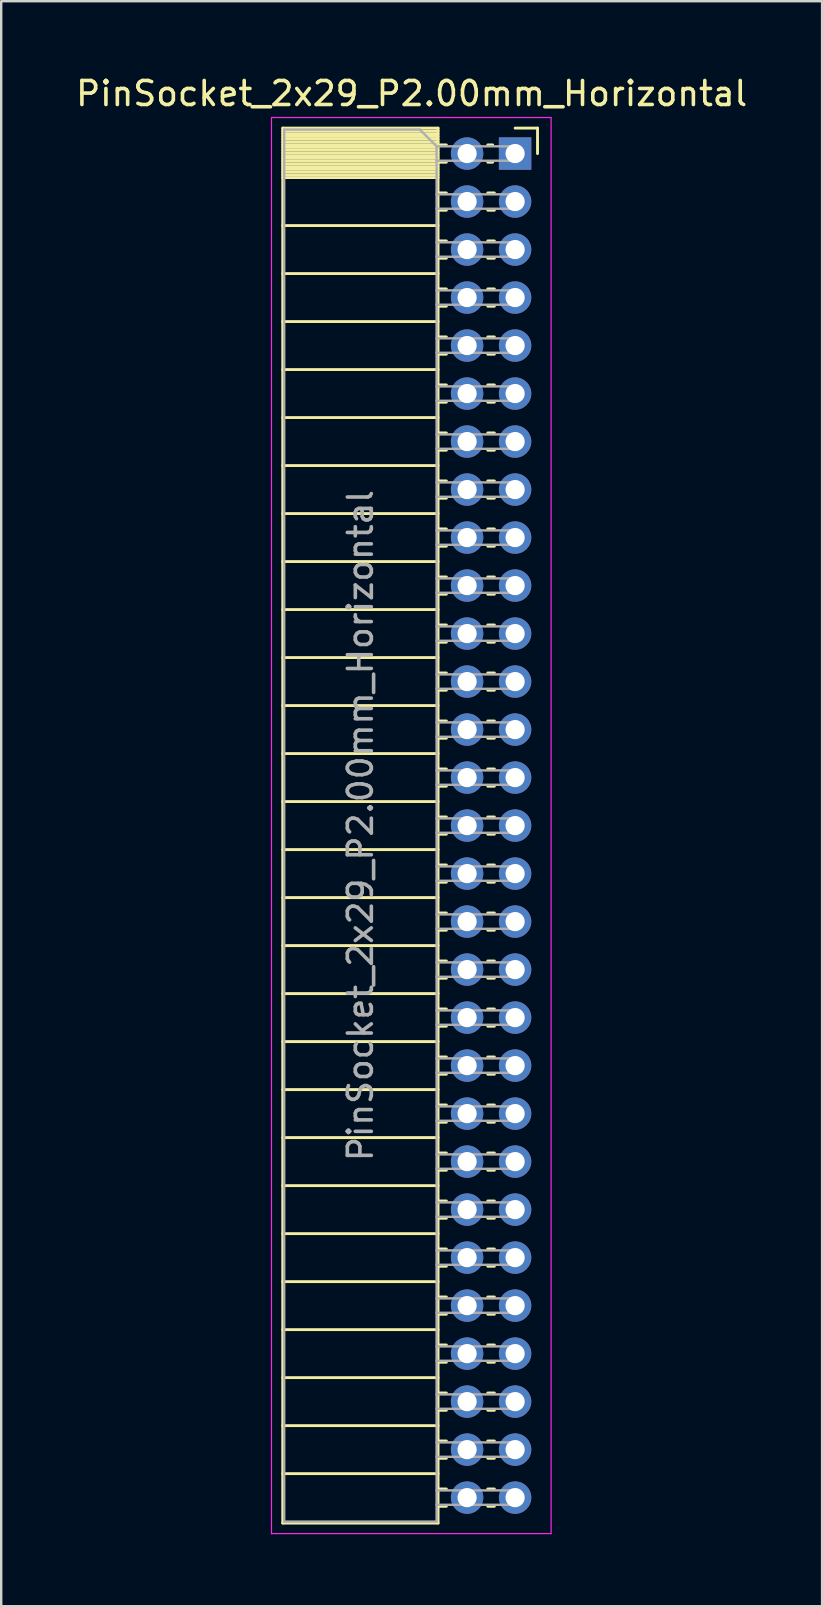
<source format=kicad_pcb>
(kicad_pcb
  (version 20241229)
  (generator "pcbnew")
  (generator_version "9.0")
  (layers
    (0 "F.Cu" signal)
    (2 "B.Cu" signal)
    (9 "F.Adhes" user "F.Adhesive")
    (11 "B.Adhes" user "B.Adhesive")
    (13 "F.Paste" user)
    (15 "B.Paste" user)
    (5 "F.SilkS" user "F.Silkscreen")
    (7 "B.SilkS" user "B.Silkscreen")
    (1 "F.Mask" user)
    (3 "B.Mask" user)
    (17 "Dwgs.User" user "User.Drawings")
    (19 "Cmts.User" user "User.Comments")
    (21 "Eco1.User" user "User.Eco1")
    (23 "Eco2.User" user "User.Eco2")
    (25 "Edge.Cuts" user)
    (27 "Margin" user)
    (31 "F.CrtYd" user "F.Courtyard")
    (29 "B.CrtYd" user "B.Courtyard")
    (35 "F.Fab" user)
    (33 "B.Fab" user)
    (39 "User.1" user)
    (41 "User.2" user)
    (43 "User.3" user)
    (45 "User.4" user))
  (footprint "PinSocket_2x29_P2.00mm_Horizontal"
    (layer "F.Cu")
    (at 18.411 3.348)
    (property "Reference" "PinSocket_2x29_P2.00mm_Horizontal" (at -4.31 -2.5 0) (layer "F.SilkS") (effects (font (size 1 1) (thickness 0.15))))
    (attr through_hole)
    (fp_line (start -9.68 -1.06) (end -9.68 57.06) (stroke (width 0.12) (type solid)) (layer "F.SilkS"))
    (fp_line (start -9.68 -1.06) (end -3.21 -1.06) (stroke (width 0.12) (type solid)) (layer "F.SilkS"))
    (fp_line (start -9.68 -0.94) (end -3.21 -0.94) (stroke (width 0.12) (type solid)) (layer "F.SilkS"))
    (fp_line (start -9.68 -0.826) (end -3.21 -0.826) (stroke (width 0.12) (type solid)) (layer "F.SilkS"))
    (fp_line (start -9.68 -0.712) (end -3.21 -0.712) (stroke (width 0.12) (type solid)) (layer "F.SilkS"))
    (fp_line (start -9.68 -0.598) (end -3.21 -0.598) (stroke (width 0.12) (type solid)) (layer "F.SilkS"))
    (fp_line (start -9.68 -0.484) (end -3.21 -0.484) (stroke (width 0.12) (type solid)) (layer "F.SilkS"))
    (fp_line (start -9.68 -0.369) (end -3.21 -0.369) (stroke (width 0.12) (type solid)) (layer "F.SilkS"))
    (fp_line (start -9.68 -0.255) (end -3.21 -0.255) (stroke (width 0.12) (type solid)) (layer "F.SilkS"))
    (fp_line (start -9.68 -0.141) (end -3.21 -0.141) (stroke (width 0.12) (type solid)) (layer "F.SilkS"))
    (fp_line (start -9.68 -0.027) (end -3.21 -0.027) (stroke (width 0.12) (type solid)) (layer "F.SilkS"))
    (fp_line (start -9.68 0.087) (end -3.21 0.087) (stroke (width 0.12) (type solid)) (layer "F.SilkS"))
    (fp_line (start -9.68 0.201) (end -3.21 0.201) (stroke (width 0.12) (type solid)) (layer "F.SilkS"))
    (fp_line (start -9.68 0.315) (end -3.21 0.315) (stroke (width 0.12) (type solid)) (layer "F.SilkS"))
    (fp_line (start -9.68 0.429) (end -3.21 0.429) (stroke (width 0.12) (type solid)) (layer "F.SilkS"))
    (fp_line (start -9.68 0.544) (end -3.21 0.544) (stroke (width 0.12) (type solid)) (layer "F.SilkS"))
    (fp_line (start -9.68 0.658) (end -3.21 0.658) (stroke (width 0.12) (type solid)) (layer "F.SilkS"))
    (fp_line (start -9.68 0.772) (end -3.21 0.772) (stroke (width 0.12) (type solid)) (layer "F.SilkS"))
    (fp_line (start -9.68 0.886) (end -3.21 0.886) (stroke (width 0.12) (type solid)) (layer "F.SilkS"))
    (fp_line (start -9.68 1) (end -3.21 1) (stroke (width 0.12) (type solid)) (layer "F.SilkS"))
    (fp_line (start -9.68 3) (end -3.21 3) (stroke (width 0.12) (type solid)) (layer "F.SilkS"))
    (fp_line (start -9.68 5) (end -3.21 5) (stroke (width 0.12) (type solid)) (layer "F.SilkS"))
    (fp_line (start -9.68 7) (end -3.21 7) (stroke (width 0.12) (type solid)) (layer "F.SilkS"))
    (fp_line (start -9.68 9) (end -3.21 9) (stroke (width 0.12) (type solid)) (layer "F.SilkS"))
    (fp_line (start -9.68 11) (end -3.21 11) (stroke (width 0.12) (type solid)) (layer "F.SilkS"))
    (fp_line (start -9.68 13) (end -3.21 13) (stroke (width 0.12) (type solid)) (layer "F.SilkS"))
    (fp_line (start -9.68 15) (end -3.21 15) (stroke (width 0.12) (type solid)) (layer "F.SilkS"))
    (fp_line (start -9.68 17) (end -3.21 17) (stroke (width 0.12) (type solid)) (layer "F.SilkS"))
    (fp_line (start -9.68 19) (end -3.21 19) (stroke (width 0.12) (type solid)) (layer "F.SilkS"))
    (fp_line (start -9.68 21) (end -3.21 21) (stroke (width 0.12) (type solid)) (layer "F.SilkS"))
    (fp_line (start -9.68 23) (end -3.21 23) (stroke (width 0.12) (type solid)) (layer "F.SilkS"))
    (fp_line (start -9.68 25) (end -3.21 25) (stroke (width 0.12) (type solid)) (layer "F.SilkS"))
    (fp_line (start -9.68 27) (end -3.21 27) (stroke (width 0.12) (type solid)) (layer "F.SilkS"))
    (fp_line (start -9.68 29) (end -3.21 29) (stroke (width 0.12) (type solid)) (layer "F.SilkS"))
    (fp_line (start -9.68 31) (end -3.21 31) (stroke (width 0.12) (type solid)) (layer "F.SilkS"))
    (fp_line (start -9.68 33) (end -3.21 33) (stroke (width 0.12) (type solid)) (layer "F.SilkS"))
    (fp_line (start -9.68 35) (end -3.21 35) (stroke (width 0.12) (type solid)) (layer "F.SilkS"))
    (fp_line (start -9.68 37) (end -3.21 37) (stroke (width 0.12) (type solid)) (layer "F.SilkS"))
    (fp_line (start -9.68 39) (end -3.21 39) (stroke (width 0.12) (type solid)) (layer "F.SilkS"))
    (fp_line (start -9.68 41) (end -3.21 41) (stroke (width 0.12) (type solid)) (layer "F.SilkS"))
    (fp_line (start -9.68 43) (end -3.21 43) (stroke (width 0.12) (type solid)) (layer "F.SilkS"))
    (fp_line (start -9.68 45) (end -3.21 45) (stroke (width 0.12) (type solid)) (layer "F.SilkS"))
    (fp_line (start -9.68 47) (end -3.21 47) (stroke (width 0.12) (type solid)) (layer "F.SilkS"))
    (fp_line (start -9.68 49) (end -3.21 49) (stroke (width 0.12) (type solid)) (layer "F.SilkS"))
    (fp_line (start -9.68 51) (end -3.21 51) (stroke (width 0.12) (type solid)) (layer "F.SilkS"))
    (fp_line (start -9.68 53) (end -3.21 53) (stroke (width 0.12) (type solid)) (layer "F.SilkS"))
    (fp_line (start -9.68 55) (end -3.21 55) (stroke (width 0.12) (type solid)) (layer "F.SilkS"))
    (fp_line (start -9.68 57.06) (end -3.21 57.06) (stroke (width 0.12) (type solid)) (layer "F.SilkS"))
    (fp_line (start -3.21 -1.06) (end -3.21 57.06) (stroke (width 0.12) (type solid)) (layer "F.SilkS"))
    (fp_line (start -3.21 -0.36) (end -2.863 -0.36) (stroke (width 0.12) (type solid)) (layer "F.SilkS"))
    (fp_line (start -3.21 0.36) (end -2.863 0.36) (stroke (width 0.12) (type solid)) (layer "F.SilkS"))
    (fp_line (start -3.21 1.64) (end -2.863 1.64) (stroke (width 0.12) (type solid)) (layer "F.SilkS"))
    (fp_line (start -3.21 2.36) (end -2.863 2.36) (stroke (width 0.12) (type solid)) (layer "F.SilkS"))
    (fp_line (start -3.21 3.64) (end -2.863 3.64) (stroke (width 0.12) (type solid)) (layer "F.SilkS"))
    (fp_line (start -3.21 4.36) (end -2.863 4.36) (stroke (width 0.12) (type solid)) (layer "F.SilkS"))
    (fp_line (start -3.21 5.64) (end -2.863 5.64) (stroke (width 0.12) (type solid)) (layer "F.SilkS"))
    (fp_line (start -3.21 6.36) (end -2.863 6.36) (stroke (width 0.12) (type solid)) (layer "F.SilkS"))
    (fp_line (start -3.21 7.64) (end -2.863 7.64) (stroke (width 0.12) (type solid)) (layer "F.SilkS"))
    (fp_line (start -3.21 8.36) (end -2.863 8.36) (stroke (width 0.12) (type solid)) (layer "F.SilkS"))
    (fp_line (start -3.21 9.64) (end -2.863 9.64) (stroke (width 0.12) (type solid)) (layer "F.SilkS"))
    (fp_line (start -3.21 10.36) (end -2.863 10.36) (stroke (width 0.12) (type solid)) (layer "F.SilkS"))
    (fp_line (start -3.21 11.64) (end -2.863 11.64) (stroke (width 0.12) (type solid)) (layer "F.SilkS"))
    (fp_line (start -3.21 12.36) (end -2.863 12.36) (stroke (width 0.12) (type solid)) (layer "F.SilkS"))
    (fp_line (start -3.21 13.64) (end -2.863 13.64) (stroke (width 0.12) (type solid)) (layer "F.SilkS"))
    (fp_line (start -3.21 14.36) (end -2.863 14.36) (stroke (width 0.12) (type solid)) (layer "F.SilkS"))
    (fp_line (start -3.21 15.64) (end -2.863 15.64) (stroke (width 0.12) (type solid)) (layer "F.SilkS"))
    (fp_line (start -3.21 16.36) (end -2.863 16.36) (stroke (width 0.12) (type solid)) (layer "F.SilkS"))
    (fp_line (start -3.21 17.64) (end -2.863 17.64) (stroke (width 0.12) (type solid)) (layer "F.SilkS"))
    (fp_line (start -3.21 18.36) (end -2.863 18.36) (stroke (width 0.12) (type solid)) (layer "F.SilkS"))
    (fp_line (start -3.21 19.64) (end -2.863 19.64) (stroke (width 0.12) (type solid)) (layer "F.SilkS"))
    (fp_line (start -3.21 20.36) (end -2.863 20.36) (stroke (width 0.12) (type solid)) (layer "F.SilkS"))
    (fp_line (start -3.21 21.64) (end -2.863 21.64) (stroke (width 0.12) (type solid)) (layer "F.SilkS"))
    (fp_line (start -3.21 22.36) (end -2.863 22.36) (stroke (width 0.12) (type solid)) (layer "F.SilkS"))
    (fp_line (start -3.21 23.64) (end -2.863 23.64) (stroke (width 0.12) (type solid)) (layer "F.SilkS"))
    (fp_line (start -3.21 24.36) (end -2.863 24.36) (stroke (width 0.12) (type solid)) (layer "F.SilkS"))
    (fp_line (start -3.21 25.64) (end -2.863 25.64) (stroke (width 0.12) (type solid)) (layer "F.SilkS"))
    (fp_line (start -3.21 26.36) (end -2.863 26.36) (stroke (width 0.12) (type solid)) (layer "F.SilkS"))
    (fp_line (start -3.21 27.64) (end -2.863 27.64) (stroke (width 0.12) (type solid)) (layer "F.SilkS"))
    (fp_line (start -3.21 28.36) (end -2.863 28.36) (stroke (width 0.12) (type solid)) (layer "F.SilkS"))
    (fp_line (start -3.21 29.64) (end -2.863 29.64) (stroke (width 0.12) (type solid)) (layer "F.SilkS"))
    (fp_line (start -3.21 30.36) (end -2.863 30.36) (stroke (width 0.12) (type solid)) (layer "F.SilkS"))
    (fp_line (start -3.21 31.64) (end -2.863 31.64) (stroke (width 0.12) (type solid)) (layer "F.SilkS"))
    (fp_line (start -3.21 32.36) (end -2.863 32.36) (stroke (width 0.12) (type solid)) (layer "F.SilkS"))
    (fp_line (start -3.21 33.64) (end -2.863 33.64) (stroke (width 0.12) (type solid)) (layer "F.SilkS"))
    (fp_line (start -3.21 34.36) (end -2.863 34.36) (stroke (width 0.12) (type solid)) (layer "F.SilkS"))
    (fp_line (start -3.21 35.64) (end -2.863 35.64) (stroke (width 0.12) (type solid)) (layer "F.SilkS"))
    (fp_line (start -3.21 36.36) (end -2.863 36.36) (stroke (width 0.12) (type solid)) (layer "F.SilkS"))
    (fp_line (start -3.21 37.64) (end -2.863 37.64) (stroke (width 0.12) (type solid)) (layer "F.SilkS"))
    (fp_line (start -3.21 38.36) (end -2.863 38.36) (stroke (width 0.12) (type solid)) (layer "F.SilkS"))
    (fp_line (start -3.21 39.64) (end -2.863 39.64) (stroke (width 0.12) (type solid)) (layer "F.SilkS"))
    (fp_line (start -3.21 40.36) (end -2.863 40.36) (stroke (width 0.12) (type solid)) (layer "F.SilkS"))
    (fp_line (start -3.21 41.64) (end -2.863 41.64) (stroke (width 0.12) (type solid)) (layer "F.SilkS"))
    (fp_line (start -3.21 42.36) (end -2.863 42.36) (stroke (width 0.12) (type solid)) (layer "F.SilkS"))
    (fp_line (start -3.21 43.64) (end -2.863 43.64) (stroke (width 0.12) (type solid)) (layer "F.SilkS"))
    (fp_line (start -3.21 44.36) (end -2.863 44.36) (stroke (width 0.12) (type solid)) (layer "F.SilkS"))
    (fp_line (start -3.21 45.64) (end -2.863 45.64) (stroke (width 0.12) (type solid)) (layer "F.SilkS"))
    (fp_line (start -3.21 46.36) (end -2.863 46.36) (stroke (width 0.12) (type solid)) (layer "F.SilkS"))
    (fp_line (start -3.21 47.64) (end -2.863 47.64) (stroke (width 0.12) (type solid)) (layer "F.SilkS"))
    (fp_line (start -3.21 48.36) (end -2.863 48.36) (stroke (width 0.12) (type solid)) (layer "F.SilkS"))
    (fp_line (start -3.21 49.64) (end -2.863 49.64) (stroke (width 0.12) (type solid)) (layer "F.SilkS"))
    (fp_line (start -3.21 50.36) (end -2.863 50.36) (stroke (width 0.12) (type solid)) (layer "F.SilkS"))
    (fp_line (start -3.21 51.64) (end -2.863 51.64) (stroke (width 0.12) (type solid)) (layer "F.SilkS"))
    (fp_line (start -3.21 52.36) (end -2.863 52.36) (stroke (width 0.12) (type solid)) (layer "F.SilkS"))
    (fp_line (start -3.21 53.64) (end -2.863 53.64) (stroke (width 0.12) (type solid)) (layer "F.SilkS"))
    (fp_line (start -3.21 54.36) (end -2.863 54.36) (stroke (width 0.12) (type solid)) (layer "F.SilkS"))
    (fp_line (start -3.21 55.64) (end -2.863 55.64) (stroke (width 0.12) (type solid)) (layer "F.SilkS"))
    (fp_line (start -3.21 56.36) (end -2.863 56.36) (stroke (width 0.12) (type solid)) (layer "F.SilkS"))
    (fp_line (start -1.137 -0.36) (end -0.935 -0.36) (stroke (width 0.12) (type solid)) (layer "F.SilkS"))
    (fp_line (start -1.137 0.36) (end -0.935 0.36) (stroke (width 0.12) (type solid)) (layer "F.SilkS"))
    (fp_line (start -1.137 1.64) (end -0.863 1.64) (stroke (width 0.12) (type solid)) (layer "F.SilkS"))
    (fp_line (start -1.137 2.36) (end -0.863 2.36) (stroke (width 0.12) (type solid)) (layer "F.SilkS"))
    (fp_line (start -1.137 3.64) (end -0.863 3.64) (stroke (width 0.12) (type solid)) (layer "F.SilkS"))
    (fp_line (start -1.137 4.36) (end -0.863 4.36) (stroke (width 0.12) (type solid)) (layer "F.SilkS"))
    (fp_line (start -1.137 5.64) (end -0.863 5.64) (stroke (width 0.12) (type solid)) (layer "F.SilkS"))
    (fp_line (start -1.137 6.36) (end -0.863 6.36) (stroke (width 0.12) (type solid)) (layer "F.SilkS"))
    (fp_line (start -1.137 7.64) (end -0.863 7.64) (stroke (width 0.12) (type solid)) (layer "F.SilkS"))
    (fp_line (start -1.137 8.36) (end -0.863 8.36) (stroke (width 0.12) (type solid)) (layer "F.SilkS"))
    (fp_line (start -1.137 9.64) (end -0.863 9.64) (stroke (width 0.12) (type solid)) (layer "F.SilkS"))
    (fp_line (start -1.137 10.36) (end -0.863 10.36) (stroke (width 0.12) (type solid)) (layer "F.SilkS"))
    (fp_line (start -1.137 11.64) (end -0.863 11.64) (stroke (width 0.12) (type solid)) (layer "F.SilkS"))
    (fp_line (start -1.137 12.36) (end -0.863 12.36) (stroke (width 0.12) (type solid)) (layer "F.SilkS"))
    (fp_line (start -1.137 13.64) (end -0.863 13.64) (stroke (width 0.12) (type solid)) (layer "F.SilkS"))
    (fp_line (start -1.137 14.36) (end -0.863 14.36) (stroke (width 0.12) (type solid)) (layer "F.SilkS"))
    (fp_line (start -1.137 15.64) (end -0.863 15.64) (stroke (width 0.12) (type solid)) (layer "F.SilkS"))
    (fp_line (start -1.137 16.36) (end -0.863 16.36) (stroke (width 0.12) (type solid)) (layer "F.SilkS"))
    (fp_line (start -1.137 17.64) (end -0.863 17.64) (stroke (width 0.12) (type solid)) (layer "F.SilkS"))
    (fp_line (start -1.137 18.36) (end -0.863 18.36) (stroke (width 0.12) (type solid)) (layer "F.SilkS"))
    (fp_line (start -1.137 19.64) (end -0.863 19.64) (stroke (width 0.12) (type solid)) (layer "F.SilkS"))
    (fp_line (start -1.137 20.36) (end -0.863 20.36) (stroke (width 0.12) (type solid)) (layer "F.SilkS"))
    (fp_line (start -1.137 21.64) (end -0.863 21.64) (stroke (width 0.12) (type solid)) (layer "F.SilkS"))
    (fp_line (start -1.137 22.36) (end -0.863 22.36) (stroke (width 0.12) (type solid)) (layer "F.SilkS"))
    (fp_line (start -1.137 23.64) (end -0.863 23.64) (stroke (width 0.12) (type solid)) (layer "F.SilkS"))
    (fp_line (start -1.137 24.36) (end -0.863 24.36) (stroke (width 0.12) (type solid)) (layer "F.SilkS"))
    (fp_line (start -1.137 25.64) (end -0.863 25.64) (stroke (width 0.12) (type solid)) (layer "F.SilkS"))
    (fp_line (start -1.137 26.36) (end -0.863 26.36) (stroke (width 0.12) (type solid)) (layer "F.SilkS"))
    (fp_line (start -1.137 27.64) (end -0.863 27.64) (stroke (width 0.12) (type solid)) (layer "F.SilkS"))
    (fp_line (start -1.137 28.36) (end -0.863 28.36) (stroke (width 0.12) (type solid)) (layer "F.SilkS"))
    (fp_line (start -1.137 29.64) (end -0.863 29.64) (stroke (width 0.12) (type solid)) (layer "F.SilkS"))
    (fp_line (start -1.137 30.36) (end -0.863 30.36) (stroke (width 0.12) (type solid)) (layer "F.SilkS"))
    (fp_line (start -1.137 31.64) (end -0.863 31.64) (stroke (width 0.12) (type solid)) (layer "F.SilkS"))
    (fp_line (start -1.137 32.36) (end -0.863 32.36) (stroke (width 0.12) (type solid)) (layer "F.SilkS"))
    (fp_line (start -1.137 33.64) (end -0.863 33.64) (stroke (width 0.12) (type solid)) (layer "F.SilkS"))
    (fp_line (start -1.137 34.36) (end -0.863 34.36) (stroke (width 0.12) (type solid)) (layer "F.SilkS"))
    (fp_line (start -1.137 35.64) (end -0.863 35.64) (stroke (width 0.12) (type solid)) (layer "F.SilkS"))
    (fp_line (start -1.137 36.36) (end -0.863 36.36) (stroke (width 0.12) (type solid)) (layer "F.SilkS"))
    (fp_line (start -1.137 37.64) (end -0.863 37.64) (stroke (width 0.12) (type solid)) (layer "F.SilkS"))
    (fp_line (start -1.137 38.36) (end -0.863 38.36) (stroke (width 0.12) (type solid)) (layer "F.SilkS"))
    (fp_line (start -1.137 39.64) (end -0.863 39.64) (stroke (width 0.12) (type solid)) (layer "F.SilkS"))
    (fp_line (start -1.137 40.36) (end -0.863 40.36) (stroke (width 0.12) (type solid)) (layer "F.SilkS"))
    (fp_line (start -1.137 41.64) (end -0.863 41.64) (stroke (width 0.12) (type solid)) (layer "F.SilkS"))
    (fp_line (start -1.137 42.36) (end -0.863 42.36) (stroke (width 0.12) (type solid)) (layer "F.SilkS"))
    (fp_line (start -1.137 43.64) (end -0.863 43.64) (stroke (width 0.12) (type solid)) (layer "F.SilkS"))
    (fp_line (start -1.137 44.36) (end -0.863 44.36) (stroke (width 0.12) (type solid)) (layer "F.SilkS"))
    (fp_line (start -1.137 45.64) (end -0.863 45.64) (stroke (width 0.12) (type solid)) (layer "F.SilkS"))
    (fp_line (start -1.137 46.36) (end -0.863 46.36) (stroke (width 0.12) (type solid)) (layer "F.SilkS"))
    (fp_line (start -1.137 47.64) (end -0.863 47.64) (stroke (width 0.12) (type solid)) (layer "F.SilkS"))
    (fp_line (start -1.137 48.36) (end -0.863 48.36) (stroke (width 0.12) (type solid)) (layer "F.SilkS"))
    (fp_line (start -1.137 49.64) (end -0.863 49.64) (stroke (width 0.12) (type solid)) (layer "F.SilkS"))
    (fp_line (start -1.137 50.36) (end -0.863 50.36) (stroke (width 0.12) (type solid)) (layer "F.SilkS"))
    (fp_line (start -1.137 51.64) (end -0.863 51.64) (stroke (width 0.12) (type solid)) (layer "F.SilkS"))
    (fp_line (start -1.137 52.36) (end -0.863 52.36) (stroke (width 0.12) (type solid)) (layer "F.SilkS"))
    (fp_line (start -1.137 53.64) (end -0.863 53.64) (stroke (width 0.12) (type solid)) (layer "F.SilkS"))
    (fp_line (start -1.137 54.36) (end -0.863 54.36) (stroke (width 0.12) (type solid)) (layer "F.SilkS"))
    (fp_line (start -1.137 55.64) (end -0.863 55.64) (stroke (width 0.12) (type solid)) (layer "F.SilkS"))
    (fp_line (start -1.137 56.36) (end -0.863 56.36) (stroke (width 0.12) (type solid)) (layer "F.SilkS"))
    (fp_line (start 0 -1.06) (end 0.935 -1.06) (stroke (width 0.12) (type solid)) (layer "F.SilkS"))
    (fp_line (start 0.935 -1.06) (end 0.935 0) (stroke (width 0.12) (type solid)) (layer "F.SilkS"))
    (fp_line (start -10.15 -1.5) (end -10.15 57.5) (stroke (width 0.05) (type solid)) (layer "F.CrtYd"))
    (fp_line (start -10.15 57.5) (end 1.5 57.5) (stroke (width 0.05) (type solid)) (layer "F.CrtYd"))
    (fp_line (start 1.5 -1.5) (end -10.15 -1.5) (stroke (width 0.05) (type solid)) (layer "F.CrtYd"))
    (fp_line (start 1.5 57.5) (end 1.5 -1.5) (stroke (width 0.05) (type solid)) (layer "F.CrtYd"))
    (fp_line (start -9.62 -1) (end -3.97 -1) (stroke (width 0.1) (type solid)) (layer "F.Fab"))
    (fp_line (start -9.62 57) (end -9.62 -1) (stroke (width 0.1) (type solid)) (layer "F.Fab"))
    (fp_line (start -3.97 -1) (end -3.27 -0.3) (stroke (width 0.1) (type solid)) (layer "F.Fab"))
    (fp_line (start -3.27 -0.3) (end -3.27 57) (stroke (width 0.1) (type solid)) (layer "F.Fab"))
    (fp_line (start -3.27 0.3) (end 0 0.3) (stroke (width 0.1) (type solid)) (layer "F.Fab"))
    (fp_line (start -3.27 2.3) (end 0 2.3) (stroke (width 0.1) (type solid)) (layer "F.Fab"))
    (fp_line (start -3.27 4.3) (end 0 4.3) (stroke (width 0.1) (type solid)) (layer "F.Fab"))
    (fp_line (start -3.27 6.3) (end 0 6.3) (stroke (width 0.1) (type solid)) (layer "F.Fab"))
    (fp_line (start -3.27 8.3) (end 0 8.3) (stroke (width 0.1) (type solid)) (layer "F.Fab"))
    (fp_line (start -3.27 10.3) (end 0 10.3) (stroke (width 0.1) (type solid)) (layer "F.Fab"))
    (fp_line (start -3.27 12.3) (end 0 12.3) (stroke (width 0.1) (type solid)) (layer "F.Fab"))
    (fp_line (start -3.27 14.3) (end 0 14.3) (stroke (width 0.1) (type solid)) (layer "F.Fab"))
    (fp_line (start -3.27 16.3) (end 0 16.3) (stroke (width 0.1) (type solid)) (layer "F.Fab"))
    (fp_line (start -3.27 18.3) (end 0 18.3) (stroke (width 0.1) (type solid)) (layer "F.Fab"))
    (fp_line (start -3.27 20.3) (end 0 20.3) (stroke (width 0.1) (type solid)) (layer "F.Fab"))
    (fp_line (start -3.27 22.3) (end 0 22.3) (stroke (width 0.1) (type solid)) (layer "F.Fab"))
    (fp_line (start -3.27 24.3) (end 0 24.3) (stroke (width 0.1) (type solid)) (layer "F.Fab"))
    (fp_line (start -3.27 26.3) (end 0 26.3) (stroke (width 0.1) (type solid)) (layer "F.Fab"))
    (fp_line (start -3.27 28.3) (end 0 28.3) (stroke (width 0.1) (type solid)) (layer "F.Fab"))
    (fp_line (start -3.27 30.3) (end 0 30.3) (stroke (width 0.1) (type solid)) (layer "F.Fab"))
    (fp_line (start -3.27 32.3) (end 0 32.3) (stroke (width 0.1) (type solid)) (layer "F.Fab"))
    (fp_line (start -3.27 34.3) (end 0 34.3) (stroke (width 0.1) (type solid)) (layer "F.Fab"))
    (fp_line (start -3.27 36.3) (end 0 36.3) (stroke (width 0.1) (type solid)) (layer "F.Fab"))
    (fp_line (start -3.27 38.3) (end 0 38.3) (stroke (width 0.1) (type solid)) (layer "F.Fab"))
    (fp_line (start -3.27 40.3) (end 0 40.3) (stroke (width 0.1) (type solid)) (layer "F.Fab"))
    (fp_line (start -3.27 42.3) (end 0 42.3) (stroke (width 0.1) (type solid)) (layer "F.Fab"))
    (fp_line (start -3.27 44.3) (end 0 44.3) (stroke (width 0.1) (type solid)) (layer "F.Fab"))
    (fp_line (start -3.27 46.3) (end 0 46.3) (stroke (width 0.1) (type solid)) (layer "F.Fab"))
    (fp_line (start -3.27 48.3) (end 0 48.3) (stroke (width 0.1) (type solid)) (layer "F.Fab"))
    (fp_line (start -3.27 50.3) (end 0 50.3) (stroke (width 0.1) (type solid)) (layer "F.Fab"))
    (fp_line (start -3.27 52.3) (end 0 52.3) (stroke (width 0.1) (type solid)) (layer "F.Fab"))
    (fp_line (start -3.27 54.3) (end 0 54.3) (stroke (width 0.1) (type solid)) (layer "F.Fab"))
    (fp_line (start -3.27 56.3) (end 0 56.3) (stroke (width 0.1) (type solid)) (layer "F.Fab"))
    (fp_line (start -3.27 57) (end -9.62 57) (stroke (width 0.1) (type solid)) (layer "F.Fab"))
    (fp_line (start 0 -0.3) (end -3.27 -0.3) (stroke (width 0.1) (type solid)) (layer "F.Fab"))
    (fp_line (start 0 0.3) (end 0 -0.3) (stroke (width 0.1) (type solid)) (layer "F.Fab"))
    (fp_line (start 0 1.7) (end -3.27 1.7) (stroke (width 0.1) (type solid)) (layer "F.Fab"))
    (fp_line (start 0 2.3) (end 0 1.7) (stroke (width 0.1) (type solid)) (layer "F.Fab"))
    (fp_line (start 0 3.7) (end -3.27 3.7) (stroke (width 0.1) (type solid)) (layer "F.Fab"))
    (fp_line (start 0 4.3) (end 0 3.7) (stroke (width 0.1) (type solid)) (layer "F.Fab"))
    (fp_line (start 0 5.7) (end -3.27 5.7) (stroke (width 0.1) (type solid)) (layer "F.Fab"))
    (fp_line (start 0 6.3) (end 0 5.7) (stroke (width 0.1) (type solid)) (layer "F.Fab"))
    (fp_line (start 0 7.7) (end -3.27 7.7) (stroke (width 0.1) (type solid)) (layer "F.Fab"))
    (fp_line (start 0 8.3) (end 0 7.7) (stroke (width 0.1) (type solid)) (layer "F.Fab"))
    (fp_line (start 0 9.7) (end -3.27 9.7) (stroke (width 0.1) (type solid)) (layer "F.Fab"))
    (fp_line (start 0 10.3) (end 0 9.7) (stroke (width 0.1) (type solid)) (layer "F.Fab"))
    (fp_line (start 0 11.7) (end -3.27 11.7) (stroke (width 0.1) (type solid)) (layer "F.Fab"))
    (fp_line (start 0 12.3) (end 0 11.7) (stroke (width 0.1) (type solid)) (layer "F.Fab"))
    (fp_line (start 0 13.7) (end -3.27 13.7) (stroke (width 0.1) (type solid)) (layer "F.Fab"))
    (fp_line (start 0 14.3) (end 0 13.7) (stroke (width 0.1) (type solid)) (layer "F.Fab"))
    (fp_line (start 0 15.7) (end -3.27 15.7) (stroke (width 0.1) (type solid)) (layer "F.Fab"))
    (fp_line (start 0 16.3) (end 0 15.7) (stroke (width 0.1) (type solid)) (layer "F.Fab"))
    (fp_line (start 0 17.7) (end -3.27 17.7) (stroke (width 0.1) (type solid)) (layer "F.Fab"))
    (fp_line (start 0 18.3) (end 0 17.7) (stroke (width 0.1) (type solid)) (layer "F.Fab"))
    (fp_line (start 0 19.7) (end -3.27 19.7) (stroke (width 0.1) (type solid)) (layer "F.Fab"))
    (fp_line (start 0 20.3) (end 0 19.7) (stroke (width 0.1) (type solid)) (layer "F.Fab"))
    (fp_line (start 0 21.7) (end -3.27 21.7) (stroke (width 0.1) (type solid)) (layer "F.Fab"))
    (fp_line (start 0 22.3) (end 0 21.7) (stroke (width 0.1) (type solid)) (layer "F.Fab"))
    (fp_line (start 0 23.7) (end -3.27 23.7) (stroke (width 0.1) (type solid)) (layer "F.Fab"))
    (fp_line (start 0 24.3) (end 0 23.7) (stroke (width 0.1) (type solid)) (layer "F.Fab"))
    (fp_line (start 0 25.7) (end -3.27 25.7) (stroke (width 0.1) (type solid)) (layer "F.Fab"))
    (fp_line (start 0 26.3) (end 0 25.7) (stroke (width 0.1) (type solid)) (layer "F.Fab"))
    (fp_line (start 0 27.7) (end -3.27 27.7) (stroke (width 0.1) (type solid)) (layer "F.Fab"))
    (fp_line (start 0 28.3) (end 0 27.7) (stroke (width 0.1) (type solid)) (layer "F.Fab"))
    (fp_line (start 0 29.7) (end -3.27 29.7) (stroke (width 0.1) (type solid)) (layer "F.Fab"))
    (fp_line (start 0 30.3) (end 0 29.7) (stroke (width 0.1) (type solid)) (layer "F.Fab"))
    (fp_line (start 0 31.7) (end -3.27 31.7) (stroke (width 0.1) (type solid)) (layer "F.Fab"))
    (fp_line (start 0 32.3) (end 0 31.7) (stroke (width 0.1) (type solid)) (layer "F.Fab"))
    (fp_line (start 0 33.7) (end -3.27 33.7) (stroke (width 0.1) (type solid)) (layer "F.Fab"))
    (fp_line (start 0 34.3) (end 0 33.7) (stroke (width 0.1) (type solid)) (layer "F.Fab"))
    (fp_line (start 0 35.7) (end -3.27 35.7) (stroke (width 0.1) (type solid)) (layer "F.Fab"))
    (fp_line (start 0 36.3) (end 0 35.7) (stroke (width 0.1) (type solid)) (layer "F.Fab"))
    (fp_line (start 0 37.7) (end -3.27 37.7) (stroke (width 0.1) (type solid)) (layer "F.Fab"))
    (fp_line (start 0 38.3) (end 0 37.7) (stroke (width 0.1) (type solid)) (layer "F.Fab"))
    (fp_line (start 0 39.7) (end -3.27 39.7) (stroke (width 0.1) (type solid)) (layer "F.Fab"))
    (fp_line (start 0 40.3) (end 0 39.7) (stroke (width 0.1) (type solid)) (layer "F.Fab"))
    (fp_line (start 0 41.7) (end -3.27 41.7) (stroke (width 0.1) (type solid)) (layer "F.Fab"))
    (fp_line (start 0 42.3) (end 0 41.7) (stroke (width 0.1) (type solid)) (layer "F.Fab"))
    (fp_line (start 0 43.7) (end -3.27 43.7) (stroke (width 0.1) (type solid)) (layer "F.Fab"))
    (fp_line (start 0 44.3) (end 0 43.7) (stroke (width 0.1) (type solid)) (layer "F.Fab"))
    (fp_line (start 0 45.7) (end -3.27 45.7) (stroke (width 0.1) (type solid)) (layer "F.Fab"))
    (fp_line (start 0 46.3) (end 0 45.7) (stroke (width 0.1) (type solid)) (layer "F.Fab"))
    (fp_line (start 0 47.7) (end -3.27 47.7) (stroke (width 0.1) (type solid)) (layer "F.Fab"))
    (fp_line (start 0 48.3) (end 0 47.7) (stroke (width 0.1) (type solid)) (layer "F.Fab"))
    (fp_line (start 0 49.7) (end -3.27 49.7) (stroke (width 0.1) (type solid)) (layer "F.Fab"))
    (fp_line (start 0 50.3) (end 0 49.7) (stroke (width 0.1) (type solid)) (layer "F.Fab"))
    (fp_line (start 0 51.7) (end -3.27 51.7) (stroke (width 0.1) (type solid)) (layer "F.Fab"))
    (fp_line (start 0 52.3) (end 0 51.7) (stroke (width 0.1) (type solid)) (layer "F.Fab"))
    (fp_line (start 0 53.7) (end -3.27 53.7) (stroke (width 0.1) (type solid)) (layer "F.Fab"))
    (fp_line (start 0 54.3) (end 0 53.7) (stroke (width 0.1) (type solid)) (layer "F.Fab"))
    (fp_line (start 0 55.7) (end -3.27 55.7) (stroke (width 0.1) (type solid)) (layer "F.Fab"))
    (fp_line (start 0 56.3) (end 0 55.7) (stroke (width 0.1) (type solid)) (layer "F.Fab"))
    (fp_text user "${REFERENCE}" (at -6.445 28 90) (layer "F.Fab") (effects (font (size 1 1) (thickness 0.15))))
    (pad "1" thru_hole rect (at 0 0) (size 1.35 1.35) (drill 0.8) (layers "*.Cu" "*.Mask"))
    (pad "2" thru_hole circle (at -2 0) (size 1.35 1.35) (drill 0.8) (layers "*.Cu" "*.Mask"))
    (pad "3" thru_hole circle (at 0 2) (size 1.35 1.35) (drill 0.8) (layers "*.Cu" "*.Mask"))
    (pad "4" thru_hole circle (at -2 2) (size 1.35 1.35) (drill 0.8) (layers "*.Cu" "*.Mask"))
    (pad "5" thru_hole circle (at 0 4) (size 1.35 1.35) (drill 0.8) (layers "*.Cu" "*.Mask"))
    (pad "6" thru_hole circle (at -2 4) (size 1.35 1.35) (drill 0.8) (layers "*.Cu" "*.Mask"))
    (pad "7" thru_hole circle (at 0 6) (size 1.35 1.35) (drill 0.8) (layers "*.Cu" "*.Mask"))
    (pad "8" thru_hole circle (at -2 6) (size 1.35 1.35) (drill 0.8) (layers "*.Cu" "*.Mask"))
    (pad "9" thru_hole circle (at 0 8) (size 1.35 1.35) (drill 0.8) (layers "*.Cu" "*.Mask"))
    (pad "10" thru_hole circle (at -2 8) (size 1.35 1.35) (drill 0.8) (layers "*.Cu" "*.Mask"))
    (pad "11" thru_hole circle (at 0 10) (size 1.35 1.35) (drill 0.8) (layers "*.Cu" "*.Mask"))
    (pad "12" thru_hole circle (at -2 10) (size 1.35 1.35) (drill 0.8) (layers "*.Cu" "*.Mask"))
    (pad "13" thru_hole circle (at 0 12) (size 1.35 1.35) (drill 0.8) (layers "*.Cu" "*.Mask"))
    (pad "14" thru_hole circle (at -2 12) (size 1.35 1.35) (drill 0.8) (layers "*.Cu" "*.Mask"))
    (pad "15" thru_hole circle (at 0 14) (size 1.35 1.35) (drill 0.8) (layers "*.Cu" "*.Mask"))
    (pad "16" thru_hole circle (at -2 14) (size 1.35 1.35) (drill 0.8) (layers "*.Cu" "*.Mask"))
    (pad "17" thru_hole circle (at 0 16) (size 1.35 1.35) (drill 0.8) (layers "*.Cu" "*.Mask"))
    (pad "18" thru_hole circle (at -2 16) (size 1.35 1.35) (drill 0.8) (layers "*.Cu" "*.Mask"))
    (pad "19" thru_hole circle (at 0 18) (size 1.35 1.35) (drill 0.8) (layers "*.Cu" "*.Mask"))
    (pad "20" thru_hole circle (at -2 18) (size 1.35 1.35) (drill 0.8) (layers "*.Cu" "*.Mask"))
    (pad "21" thru_hole circle (at 0 20) (size 1.35 1.35) (drill 0.8) (layers "*.Cu" "*.Mask"))
    (pad "22" thru_hole circle (at -2 20) (size 1.35 1.35) (drill 0.8) (layers "*.Cu" "*.Mask"))
    (pad "23" thru_hole circle (at 0 22) (size 1.35 1.35) (drill 0.8) (layers "*.Cu" "*.Mask"))
    (pad "24" thru_hole circle (at -2 22) (size 1.35 1.35) (drill 0.8) (layers "*.Cu" "*.Mask"))
    (pad "25" thru_hole circle (at 0 24) (size 1.35 1.35) (drill 0.8) (layers "*.Cu" "*.Mask"))
    (pad "26" thru_hole circle (at -2 24) (size 1.35 1.35) (drill 0.8) (layers "*.Cu" "*.Mask"))
    (pad "27" thru_hole circle (at 0 26) (size 1.35 1.35) (drill 0.8) (layers "*.Cu" "*.Mask"))
    (pad "28" thru_hole circle (at -2 26) (size 1.35 1.35) (drill 0.8) (layers "*.Cu" "*.Mask"))
    (pad "29" thru_hole circle (at 0 28) (size 1.35 1.35) (drill 0.8) (layers "*.Cu" "*.Mask"))
    (pad "30" thru_hole circle (at -2 28) (size 1.35 1.35) (drill 0.8) (layers "*.Cu" "*.Mask"))
    (pad "31" thru_hole circle (at 0 30) (size 1.35 1.35) (drill 0.8) (layers "*.Cu" "*.Mask"))
    (pad "32" thru_hole circle (at -2 30) (size 1.35 1.35) (drill 0.8) (layers "*.Cu" "*.Mask"))
    (pad "33" thru_hole circle (at 0 32) (size 1.35 1.35) (drill 0.8) (layers "*.Cu" "*.Mask"))
    (pad "34" thru_hole circle (at -2 32) (size 1.35 1.35) (drill 0.8) (layers "*.Cu" "*.Mask"))
    (pad "35" thru_hole circle (at 0 34) (size 1.35 1.35) (drill 0.8) (layers "*.Cu" "*.Mask"))
    (pad "36" thru_hole circle (at -2 34) (size 1.35 1.35) (drill 0.8) (layers "*.Cu" "*.Mask"))
    (pad "37" thru_hole circle (at 0 36) (size 1.35 1.35) (drill 0.8) (layers "*.Cu" "*.Mask"))
    (pad "38" thru_hole circle (at -2 36) (size 1.35 1.35) (drill 0.8) (layers "*.Cu" "*.Mask"))
    (pad "39" thru_hole circle (at 0 38) (size 1.35 1.35) (drill 0.8) (layers "*.Cu" "*.Mask"))
    (pad "40" thru_hole circle (at -2 38) (size 1.35 1.35) (drill 0.8) (layers "*.Cu" "*.Mask"))
    (pad "41" thru_hole circle (at 0 40) (size 1.35 1.35) (drill 0.8) (layers "*.Cu" "*.Mask"))
    (pad "42" thru_hole circle (at -2 40) (size 1.35 1.35) (drill 0.8) (layers "*.Cu" "*.Mask"))
    (pad "43" thru_hole circle (at 0 42) (size 1.35 1.35) (drill 0.8) (layers "*.Cu" "*.Mask"))
    (pad "44" thru_hole circle (at -2 42) (size 1.35 1.35) (drill 0.8) (layers "*.Cu" "*.Mask"))
    (pad "45" thru_hole circle (at 0 44) (size 1.35 1.35) (drill 0.8) (layers "*.Cu" "*.Mask"))
    (pad "46" thru_hole circle (at -2 44) (size 1.35 1.35) (drill 0.8) (layers "*.Cu" "*.Mask"))
    (pad "47" thru_hole circle (at 0 46) (size 1.35 1.35) (drill 0.8) (layers "*.Cu" "*.Mask"))
    (pad "48" thru_hole circle (at -2 46) (size 1.35 1.35) (drill 0.8) (layers "*.Cu" "*.Mask"))
    (pad "49" thru_hole circle (at 0 48) (size 1.35 1.35) (drill 0.8) (layers "*.Cu" "*.Mask"))
    (pad "50" thru_hole circle (at -2 48) (size 1.35 1.35) (drill 0.8) (layers "*.Cu" "*.Mask"))
    (pad "51" thru_hole circle (at 0 50) (size 1.35 1.35) (drill 0.8) (layers "*.Cu" "*.Mask"))
    (pad "52" thru_hole circle (at -2 50) (size 1.35 1.35) (drill 0.8) (layers "*.Cu" "*.Mask"))
    (pad "53" thru_hole circle (at 0 52) (size 1.35 1.35) (drill 0.8) (layers "*.Cu" "*.Mask"))
    (pad "54" thru_hole circle (at -2 52) (size 1.35 1.35) (drill 0.8) (layers "*.Cu" "*.Mask"))
    (pad "55" thru_hole circle (at 0 54) (size 1.35 1.35) (drill 0.8) (layers "*.Cu" "*.Mask"))
    (pad "56" thru_hole circle (at -2 54) (size 1.35 1.35) (drill 0.8) (layers "*.Cu" "*.Mask"))
    (pad "57" thru_hole circle (at 0 56) (size 1.35 1.35) (drill 0.8) (layers "*.Cu" "*.Mask"))
    (pad "58" thru_hole circle (at -2 56) (size 1.35 1.35) (drill 0.8) (layers "*.Cu" "*.Mask")))
  (gr_rect
    (start -3 -3)
    (end 31.202 63.873)
    (stroke (width 0.1) (type default))
    (fill no)
    (layer "Edge.Cuts")))
</source>
